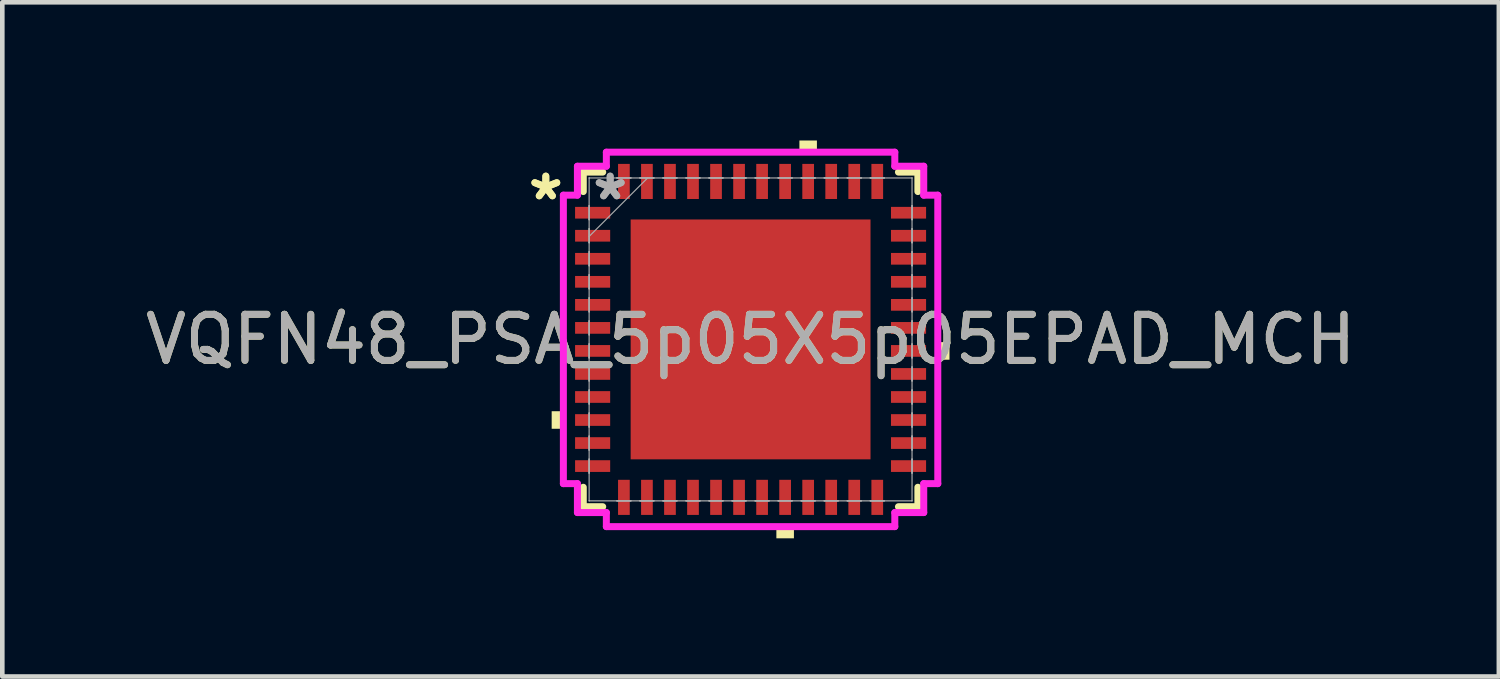
<source format=kicad_pcb>
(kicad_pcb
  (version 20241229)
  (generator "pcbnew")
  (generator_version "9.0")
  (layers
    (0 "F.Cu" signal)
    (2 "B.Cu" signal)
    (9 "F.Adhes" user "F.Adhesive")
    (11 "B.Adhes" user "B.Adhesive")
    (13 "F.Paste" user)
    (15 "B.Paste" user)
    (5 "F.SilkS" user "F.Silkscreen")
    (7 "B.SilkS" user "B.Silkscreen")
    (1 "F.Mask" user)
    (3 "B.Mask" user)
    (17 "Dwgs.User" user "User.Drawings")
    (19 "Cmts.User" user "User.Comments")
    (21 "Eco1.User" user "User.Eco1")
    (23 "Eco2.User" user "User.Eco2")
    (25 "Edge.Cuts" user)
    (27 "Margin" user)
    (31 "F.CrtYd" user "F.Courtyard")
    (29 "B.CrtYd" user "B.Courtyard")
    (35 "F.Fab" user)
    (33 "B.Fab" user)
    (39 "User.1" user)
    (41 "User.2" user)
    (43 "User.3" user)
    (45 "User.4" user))
  (footprint "VQFN48_PSA_5p05X5p05EPAD_MCH"
    (layer "F.Cu")
    (at 13.244 4.318)
    (property "Reference" "VQFN48_PSA_5p05X5p05EPAD_MCH" (at 0 0 0) (unlocked yes) (layer "F.SilkS") (effects (font (size 1 1) (thickness 0.15))))
    (attr smd)
    (fp_line (start -3.632 -3.632) (end -3.632 -3.21) (stroke (width 0.152) (type solid)) (layer "F.SilkS"))
    (fp_line (start -3.632 3.21) (end -3.632 3.632) (stroke (width 0.152) (type solid)) (layer "F.SilkS"))
    (fp_line (start -3.632 3.632) (end -3.21 3.632) (stroke (width 0.152) (type solid)) (layer "F.SilkS"))
    (fp_line (start -3.21 -3.632) (end -3.632 -3.632) (stroke (width 0.152) (type solid)) (layer "F.SilkS"))
    (fp_line (start 3.21 3.632) (end 3.632 3.632) (stroke (width 0.152) (type solid)) (layer "F.SilkS"))
    (fp_line (start 3.632 -3.632) (end 3.21 -3.632) (stroke (width 0.152) (type solid)) (layer "F.SilkS"))
    (fp_line (start 3.632 -3.21) (end 3.632 -3.632) (stroke (width 0.152) (type solid)) (layer "F.SilkS"))
    (fp_line (start 3.632 3.632) (end 3.632 3.21) (stroke (width 0.152) (type solid)) (layer "F.SilkS"))
    (fp_poly (pts (xy -4.318 1.559) (xy -4.318 1.94) (xy -4.064 1.94) (xy -4.064 1.559)) (stroke (width 0) (type solid)) (fill yes) (layer "F.SilkS"))
    (fp_poly (pts (xy 0.56 4.064) (xy 0.56 4.318) (xy 0.941 4.318) (xy 0.941 4.064)) (stroke (width 0) (type solid)) (fill yes) (layer "F.SilkS"))
    (fp_poly (pts (xy 1.06 -4.064) (xy 1.06 -4.318) (xy 1.44 -4.318) (xy 1.44 -4.064)) (stroke (width 0) (type solid)) (fill yes) (layer "F.SilkS"))
    (fp_poly (pts (xy 4.318 0.059) (xy 4.318 0.441) (xy 4.064 0.441) (xy 4.064 0.059)) (stroke (width 0) (type solid)) (fill yes) (layer "F.SilkS"))
    (fp_poly (pts (xy -2.503 -2.503) (xy -2.503 -1.402) (xy -1.402 -1.402) (xy -1.402 -2.503)) (stroke (width 0) (type solid)) (fill yes) (layer "F.Paste"))
    (fp_poly (pts (xy -2.503 -1.202) (xy -2.503 -0.1) (xy -1.402 -0.1) (xy -1.402 -1.202)) (stroke (width 0) (type solid)) (fill yes) (layer "F.Paste"))
    (fp_poly (pts (xy -2.503 0.1) (xy -2.503 1.202) (xy -1.402 1.202) (xy -1.402 0.1)) (stroke (width 0) (type solid)) (fill yes) (layer "F.Paste"))
    (fp_poly (pts (xy -2.503 1.402) (xy -2.503 2.503) (xy -1.402 2.503) (xy -1.402 1.402)) (stroke (width 0) (type solid)) (fill yes) (layer "F.Paste"))
    (fp_poly (pts (xy -1.202 -2.503) (xy -1.202 -1.402) (xy -0.1 -1.402) (xy -0.1 -2.503)) (stroke (width 0) (type solid)) (fill yes) (layer "F.Paste"))
    (fp_poly (pts (xy -1.202 -1.202) (xy -1.202 -0.1) (xy -0.1 -0.1) (xy -0.1 -1.202)) (stroke (width 0) (type solid)) (fill yes) (layer "F.Paste"))
    (fp_poly (pts (xy -1.202 0.1) (xy -1.202 1.202) (xy -0.1 1.202) (xy -0.1 0.1)) (stroke (width 0) (type solid)) (fill yes) (layer "F.Paste"))
    (fp_poly (pts (xy -1.202 1.402) (xy -1.202 2.503) (xy -0.1 2.503) (xy -0.1 1.402)) (stroke (width 0) (type solid)) (fill yes) (layer "F.Paste"))
    (fp_poly (pts (xy 0.1 -2.503) (xy 0.1 -1.402) (xy 1.202 -1.402) (xy 1.202 -2.503)) (stroke (width 0) (type solid)) (fill yes) (layer "F.Paste"))
    (fp_poly (pts (xy 0.1 -1.202) (xy 0.1 -0.1) (xy 1.202 -0.1) (xy 1.202 -1.202)) (stroke (width 0) (type solid)) (fill yes) (layer "F.Paste"))
    (fp_poly (pts (xy 0.1 0.1) (xy 0.1 1.202) (xy 1.202 1.202) (xy 1.202 0.1)) (stroke (width 0) (type solid)) (fill yes) (layer "F.Paste"))
    (fp_poly (pts (xy 0.1 1.402) (xy 0.1 2.503) (xy 1.202 2.503) (xy 1.202 1.402)) (stroke (width 0) (type solid)) (fill yes) (layer "F.Paste"))
    (fp_poly (pts (xy 1.402 -2.503) (xy 1.402 -1.402) (xy 2.503 -1.402) (xy 2.503 -2.503)) (stroke (width 0) (type solid)) (fill yes) (layer "F.Paste"))
    (fp_poly (pts (xy 1.402 -1.202) (xy 1.402 -0.1) (xy 2.503 -0.1) (xy 2.503 -1.202)) (stroke (width 0) (type solid)) (fill yes) (layer "F.Paste"))
    (fp_poly (pts (xy 1.402 0.1) (xy 1.402 1.202) (xy 2.503 1.202) (xy 2.503 0.1)) (stroke (width 0) (type solid)) (fill yes) (layer "F.Paste"))
    (fp_poly (pts (xy 1.402 1.402) (xy 1.402 2.503) (xy 2.503 2.503) (xy 2.503 1.402)) (stroke (width 0) (type solid)) (fill yes) (layer "F.Paste"))
    (fp_line (start -4.064 -3.131) (end -3.759 -3.131) (stroke (width 0.152) (type solid)) (layer "F.CrtYd"))
    (fp_line (start -4.064 3.131) (end -4.064 -3.131) (stroke (width 0.152) (type solid)) (layer "F.CrtYd"))
    (fp_line (start -3.759 -3.759) (end -3.131 -3.759) (stroke (width 0.152) (type solid)) (layer "F.CrtYd"))
    (fp_line (start -3.759 -3.131) (end -3.759 -3.759) (stroke (width 0.152) (type solid)) (layer "F.CrtYd"))
    (fp_line (start -3.759 3.131) (end -4.064 3.131) (stroke (width 0.152) (type solid)) (layer "F.CrtYd"))
    (fp_line (start -3.759 3.759) (end -3.759 3.131) (stroke (width 0.152) (type solid)) (layer "F.CrtYd"))
    (fp_line (start -3.131 -4.064) (end 3.131 -4.064) (stroke (width 0.152) (type solid)) (layer "F.CrtYd"))
    (fp_line (start -3.131 -3.759) (end -3.131 -4.064) (stroke (width 0.152) (type solid)) (layer "F.CrtYd"))
    (fp_line (start -3.131 3.759) (end -3.759 3.759) (stroke (width 0.152) (type solid)) (layer "F.CrtYd"))
    (fp_line (start -3.131 4.064) (end -3.131 3.759) (stroke (width 0.152) (type solid)) (layer "F.CrtYd"))
    (fp_line (start 3.131 -4.064) (end 3.131 -3.759) (stroke (width 0.152) (type solid)) (layer "F.CrtYd"))
    (fp_line (start 3.131 -3.759) (end 3.759 -3.759) (stroke (width 0.152) (type solid)) (layer "F.CrtYd"))
    (fp_line (start 3.131 3.759) (end 3.131 4.064) (stroke (width 0.152) (type solid)) (layer "F.CrtYd"))
    (fp_line (start 3.131 4.064) (end -3.131 4.064) (stroke (width 0.152) (type solid)) (layer "F.CrtYd"))
    (fp_line (start 3.759 -3.759) (end 3.759 -3.131) (stroke (width 0.152) (type solid)) (layer "F.CrtYd"))
    (fp_line (start 3.759 -3.131) (end 4.064 -3.131) (stroke (width 0.152) (type solid)) (layer "F.CrtYd"))
    (fp_line (start 3.759 3.131) (end 3.759 3.759) (stroke (width 0.152) (type solid)) (layer "F.CrtYd"))
    (fp_line (start 3.759 3.759) (end 3.131 3.759) (stroke (width 0.152) (type solid)) (layer "F.CrtYd"))
    (fp_line (start 4.064 -3.131) (end 4.064 3.131) (stroke (width 0.152) (type solid)) (layer "F.CrtYd"))
    (fp_line (start 4.064 3.131) (end 3.759 3.131) (stroke (width 0.152) (type solid)) (layer "F.CrtYd"))
    (fp_line (start -3.505 -3.505) (end -3.505 -3.505) (stroke (width 0.025) (type solid)) (layer "F.Fab"))
    (fp_line (start -3.505 -3.505) (end -3.505 3.505) (stroke (width 0.025) (type solid)) (layer "F.Fab"))
    (fp_line (start -3.505 -2.902) (end -3.505 -2.902) (stroke (width 0.025) (type solid)) (layer "F.Fab"))
    (fp_line (start -3.505 -2.902) (end -3.505 -2.598) (stroke (width 0.025) (type solid)) (layer "F.Fab"))
    (fp_line (start -3.505 -2.598) (end -3.505 -2.902) (stroke (width 0.025) (type solid)) (layer "F.Fab"))
    (fp_line (start -3.505 -2.598) (end -3.505 -2.598) (stroke (width 0.025) (type solid)) (layer "F.Fab"))
    (fp_line (start -3.505 -2.402) (end -3.505 -2.402) (stroke (width 0.025) (type solid)) (layer "F.Fab"))
    (fp_line (start -3.505 -2.402) (end -3.505 -2.098) (stroke (width 0.025) (type solid)) (layer "F.Fab"))
    (fp_line (start -3.505 -2.235) (end -2.235 -3.505) (stroke (width 0.025) (type solid)) (layer "F.Fab"))
    (fp_line (start -3.505 -2.098) (end -3.505 -2.402) (stroke (width 0.025) (type solid)) (layer "F.Fab"))
    (fp_line (start -3.505 -2.098) (end -3.505 -2.098) (stroke (width 0.025) (type solid)) (layer "F.Fab"))
    (fp_line (start -3.505 -1.902) (end -3.505 -1.902) (stroke (width 0.025) (type solid)) (layer "F.Fab"))
    (fp_line (start -3.505 -1.902) (end -3.505 -1.598) (stroke (width 0.025) (type solid)) (layer "F.Fab"))
    (fp_line (start -3.505 -1.598) (end -3.505 -1.902) (stroke (width 0.025) (type solid)) (layer "F.Fab"))
    (fp_line (start -3.505 -1.598) (end -3.505 -1.598) (stroke (width 0.025) (type solid)) (layer "F.Fab"))
    (fp_line (start -3.505 -1.402) (end -3.505 -1.402) (stroke (width 0.025) (type solid)) (layer "F.Fab"))
    (fp_line (start -3.505 -1.402) (end -3.505 -1.098) (stroke (width 0.025) (type solid)) (layer "F.Fab"))
    (fp_line (start -3.505 -1.098) (end -3.505 -1.402) (stroke (width 0.025) (type solid)) (layer "F.Fab"))
    (fp_line (start -3.505 -1.098) (end -3.505 -1.098) (stroke (width 0.025) (type solid)) (layer "F.Fab"))
    (fp_line (start -3.505 -0.902) (end -3.505 -0.902) (stroke (width 0.025) (type solid)) (layer "F.Fab"))
    (fp_line (start -3.505 -0.902) (end -3.505 -0.598) (stroke (width 0.025) (type solid)) (layer "F.Fab"))
    (fp_line (start -3.505 -0.598) (end -3.505 -0.902) (stroke (width 0.025) (type solid)) (layer "F.Fab"))
    (fp_line (start -3.505 -0.598) (end -3.505 -0.598) (stroke (width 0.025) (type solid)) (layer "F.Fab"))
    (fp_line (start -3.505 -0.402) (end -3.505 -0.402) (stroke (width 0.025) (type solid)) (layer "F.Fab"))
    (fp_line (start -3.505 -0.402) (end -3.505 -0.098) (stroke (width 0.025) (type solid)) (layer "F.Fab"))
    (fp_line (start -3.505 -0.098) (end -3.505 -0.402) (stroke (width 0.025) (type solid)) (layer "F.Fab"))
    (fp_line (start -3.505 -0.098) (end -3.505 -0.098) (stroke (width 0.025) (type solid)) (layer "F.Fab"))
    (fp_line (start -3.505 0.098) (end -3.505 0.098) (stroke (width 0.025) (type solid)) (layer "F.Fab"))
    (fp_line (start -3.505 0.098) (end -3.505 0.402) (stroke (width 0.025) (type solid)) (layer "F.Fab"))
    (fp_line (start -3.505 0.402) (end -3.505 0.098) (stroke (width 0.025) (type solid)) (layer "F.Fab"))
    (fp_line (start -3.505 0.402) (end -3.505 0.402) (stroke (width 0.025) (type solid)) (layer "F.Fab"))
    (fp_line (start -3.505 0.598) (end -3.505 0.598) (stroke (width 0.025) (type solid)) (layer "F.Fab"))
    (fp_line (start -3.505 0.598) (end -3.505 0.902) (stroke (width 0.025) (type solid)) (layer "F.Fab"))
    (fp_line (start -3.505 0.902) (end -3.505 0.598) (stroke (width 0.025) (type solid)) (layer "F.Fab"))
    (fp_line (start -3.505 0.902) (end -3.505 0.902) (stroke (width 0.025) (type solid)) (layer "F.Fab"))
    (fp_line (start -3.505 1.098) (end -3.505 1.098) (stroke (width 0.025) (type solid)) (layer "F.Fab"))
    (fp_line (start -3.505 1.098) (end -3.505 1.402) (stroke (width 0.025) (type solid)) (layer "F.Fab"))
    (fp_line (start -3.505 1.402) (end -3.505 1.098) (stroke (width 0.025) (type solid)) (layer "F.Fab"))
    (fp_line (start -3.505 1.402) (end -3.505 1.402) (stroke (width 0.025) (type solid)) (layer "F.Fab"))
    (fp_line (start -3.505 1.598) (end -3.505 1.598) (stroke (width 0.025) (type solid)) (layer "F.Fab"))
    (fp_line (start -3.505 1.598) (end -3.505 1.902) (stroke (width 0.025) (type solid)) (layer "F.Fab"))
    (fp_line (start -3.505 1.902) (end -3.505 1.598) (stroke (width 0.025) (type solid)) (layer "F.Fab"))
    (fp_line (start -3.505 1.902) (end -3.505 1.902) (stroke (width 0.025) (type solid)) (layer "F.Fab"))
    (fp_line (start -3.505 2.098) (end -3.505 2.098) (stroke (width 0.025) (type solid)) (layer "F.Fab"))
    (fp_line (start -3.505 2.098) (end -3.505 2.402) (stroke (width 0.025) (type solid)) (layer "F.Fab"))
    (fp_line (start -3.505 2.402) (end -3.505 2.098) (stroke (width 0.025) (type solid)) (layer "F.Fab"))
    (fp_line (start -3.505 2.402) (end -3.505 2.402) (stroke (width 0.025) (type solid)) (layer "F.Fab"))
    (fp_line (start -3.505 2.598) (end -3.505 2.598) (stroke (width 0.025) (type solid)) (layer "F.Fab"))
    (fp_line (start -3.505 2.598) (end -3.505 2.902) (stroke (width 0.025) (type solid)) (layer "F.Fab"))
    (fp_line (start -3.505 2.902) (end -3.505 2.598) (stroke (width 0.025) (type solid)) (layer "F.Fab"))
    (fp_line (start -3.505 2.902) (end -3.505 2.902) (stroke (width 0.025) (type solid)) (layer "F.Fab"))
    (fp_line (start -3.505 3.505) (end -3.505 3.505) (stroke (width 0.025) (type solid)) (layer "F.Fab"))
    (fp_line (start -3.505 3.505) (end 3.505 3.505) (stroke (width 0.025) (type solid)) (layer "F.Fab"))
    (fp_line (start -2.902 -3.505) (end -2.902 -3.505) (stroke (width 0.025) (type solid)) (layer "F.Fab"))
    (fp_line (start -2.902 -3.505) (end -2.598 -3.505) (stroke (width 0.025) (type solid)) (layer "F.Fab"))
    (fp_line (start -2.902 3.505) (end -2.902 3.505) (stroke (width 0.025) (type solid)) (layer "F.Fab"))
    (fp_line (start -2.902 3.505) (end -2.598 3.505) (stroke (width 0.025) (type solid)) (layer "F.Fab"))
    (fp_line (start -2.598 -3.505) (end -2.902 -3.505) (stroke (width 0.025) (type solid)) (layer "F.Fab"))
    (fp_line (start -2.598 -3.505) (end -2.598 -3.505) (stroke (width 0.025) (type solid)) (layer "F.Fab"))
    (fp_line (start -2.598 3.505) (end -2.902 3.505) (stroke (width 0.025) (type solid)) (layer "F.Fab"))
    (fp_line (start -2.598 3.505) (end -2.598 3.505) (stroke (width 0.025) (type solid)) (layer "F.Fab"))
    (fp_line (start -2.402 -3.505) (end -2.402 -3.505) (stroke (width 0.025) (type solid)) (layer "F.Fab"))
    (fp_line (start -2.402 -3.505) (end -2.098 -3.505) (stroke (width 0.025) (type solid)) (layer "F.Fab"))
    (fp_line (start -2.402 3.505) (end -2.402 3.505) (stroke (width 0.025) (type solid)) (layer "F.Fab"))
    (fp_line (start -2.402 3.505) (end -2.098 3.505) (stroke (width 0.025) (type solid)) (layer "F.Fab"))
    (fp_line (start -2.098 -3.505) (end -2.402 -3.505) (stroke (width 0.025) (type solid)) (layer "F.Fab"))
    (fp_line (start -2.098 -3.505) (end -2.098 -3.505) (stroke (width 0.025) (type solid)) (layer "F.Fab"))
    (fp_line (start -2.098 3.505) (end -2.402 3.505) (stroke (width 0.025) (type solid)) (layer "F.Fab"))
    (fp_line (start -2.098 3.505) (end -2.098 3.505) (stroke (width 0.025) (type solid)) (layer "F.Fab"))
    (fp_line (start -1.902 -3.505) (end -1.902 -3.505) (stroke (width 0.025) (type solid)) (layer "F.Fab"))
    (fp_line (start -1.902 -3.505) (end -1.598 -3.505) (stroke (width 0.025) (type solid)) (layer "F.Fab"))
    (fp_line (start -1.902 3.505) (end -1.902 3.505) (stroke (width 0.025) (type solid)) (layer "F.Fab"))
    (fp_line (start -1.902 3.505) (end -1.598 3.505) (stroke (width 0.025) (type solid)) (layer "F.Fab"))
    (fp_line (start -1.598 -3.505) (end -1.902 -3.505) (stroke (width 0.025) (type solid)) (layer "F.Fab"))
    (fp_line (start -1.598 -3.505) (end -1.598 -3.505) (stroke (width 0.025) (type solid)) (layer "F.Fab"))
    (fp_line (start -1.598 3.505) (end -1.902 3.505) (stroke (width 0.025) (type solid)) (layer "F.Fab"))
    (fp_line (start -1.598 3.505) (end -1.598 3.505) (stroke (width 0.025) (type solid)) (layer "F.Fab"))
    (fp_line (start -1.402 -3.505) (end -1.402 -3.505) (stroke (width 0.025) (type solid)) (layer "F.Fab"))
    (fp_line (start -1.402 -3.505) (end -1.098 -3.505) (stroke (width 0.025) (type solid)) (layer "F.Fab"))
    (fp_line (start -1.402 3.505) (end -1.402 3.505) (stroke (width 0.025) (type solid)) (layer "F.Fab"))
    (fp_line (start -1.402 3.505) (end -1.098 3.505) (stroke (width 0.025) (type solid)) (layer "F.Fab"))
    (fp_line (start -1.098 -3.505) (end -1.402 -3.505) (stroke (width 0.025) (type solid)) (layer "F.Fab"))
    (fp_line (start -1.098 -3.505) (end -1.098 -3.505) (stroke (width 0.025) (type solid)) (layer "F.Fab"))
    (fp_line (start -1.098 3.505) (end -1.402 3.505) (stroke (width 0.025) (type solid)) (layer "F.Fab"))
    (fp_line (start -1.098 3.505) (end -1.098 3.505) (stroke (width 0.025) (type solid)) (layer "F.Fab"))
    (fp_line (start -0.902 -3.505) (end -0.902 -3.505) (stroke (width 0.025) (type solid)) (layer "F.Fab"))
    (fp_line (start -0.902 -3.505) (end -0.598 -3.505) (stroke (width 0.025) (type solid)) (layer "F.Fab"))
    (fp_line (start -0.902 3.505) (end -0.902 3.505) (stroke (width 0.025) (type solid)) (layer "F.Fab"))
    (fp_line (start -0.902 3.505) (end -0.598 3.505) (stroke (width 0.025) (type solid)) (layer "F.Fab"))
    (fp_line (start -0.598 -3.505) (end -0.902 -3.505) (stroke (width 0.025) (type solid)) (layer "F.Fab"))
    (fp_line (start -0.598 -3.505) (end -0.598 -3.505) (stroke (width 0.025) (type solid)) (layer "F.Fab"))
    (fp_line (start -0.598 3.505) (end -0.902 3.505) (stroke (width 0.025) (type solid)) (layer "F.Fab"))
    (fp_line (start -0.598 3.505) (end -0.598 3.505) (stroke (width 0.025) (type solid)) (layer "F.Fab"))
    (fp_line (start -0.402 -3.505) (end -0.402 -3.505) (stroke (width 0.025) (type solid)) (layer "F.Fab"))
    (fp_line (start -0.402 -3.505) (end -0.098 -3.505) (stroke (width 0.025) (type solid)) (layer "F.Fab"))
    (fp_line (start -0.402 3.505) (end -0.402 3.505) (stroke (width 0.025) (type solid)) (layer "F.Fab"))
    (fp_line (start -0.402 3.505) (end -0.098 3.505) (stroke (width 0.025) (type solid)) (layer "F.Fab"))
    (fp_line (start -0.098 -3.505) (end -0.402 -3.505) (stroke (width 0.025) (type solid)) (layer "F.Fab"))
    (fp_line (start -0.098 -3.505) (end -0.098 -3.505) (stroke (width 0.025) (type solid)) (layer "F.Fab"))
    (fp_line (start -0.098 3.505) (end -0.402 3.505) (stroke (width 0.025) (type solid)) (layer "F.Fab"))
    (fp_line (start -0.098 3.505) (end -0.098 3.505) (stroke (width 0.025) (type solid)) (layer "F.Fab"))
    (fp_line (start 0.098 -3.505) (end 0.098 -3.505) (stroke (width 0.025) (type solid)) (layer "F.Fab"))
    (fp_line (start 0.098 -3.505) (end 0.402 -3.505) (stroke (width 0.025) (type solid)) (layer "F.Fab"))
    (fp_line (start 0.098 3.505) (end 0.098 3.505) (stroke (width 0.025) (type solid)) (layer "F.Fab"))
    (fp_line (start 0.098 3.505) (end 0.402 3.505) (stroke (width 0.025) (type solid)) (layer "F.Fab"))
    (fp_line (start 0.402 -3.505) (end 0.098 -3.505) (stroke (width 0.025) (type solid)) (layer "F.Fab"))
    (fp_line (start 0.402 -3.505) (end 0.402 -3.505) (stroke (width 0.025) (type solid)) (layer "F.Fab"))
    (fp_line (start 0.402 3.505) (end 0.098 3.505) (stroke (width 0.025) (type solid)) (layer "F.Fab"))
    (fp_line (start 0.402 3.505) (end 0.402 3.505) (stroke (width 0.025) (type solid)) (layer "F.Fab"))
    (fp_line (start 0.598 -3.505) (end 0.598 -3.505) (stroke (width 0.025) (type solid)) (layer "F.Fab"))
    (fp_line (start 0.598 -3.505) (end 0.902 -3.505) (stroke (width 0.025) (type solid)) (layer "F.Fab"))
    (fp_line (start 0.598 3.505) (end 0.598 3.505) (stroke (width 0.025) (type solid)) (layer "F.Fab"))
    (fp_line (start 0.598 3.505) (end 0.902 3.505) (stroke (width 0.025) (type solid)) (layer "F.Fab"))
    (fp_line (start 0.902 -3.505) (end 0.598 -3.505) (stroke (width 0.025) (type solid)) (layer "F.Fab"))
    (fp_line (start 0.902 -3.505) (end 0.902 -3.505) (stroke (width 0.025) (type solid)) (layer "F.Fab"))
    (fp_line (start 0.902 3.505) (end 0.598 3.505) (stroke (width 0.025) (type solid)) (layer "F.Fab"))
    (fp_line (start 0.902 3.505) (end 0.902 3.505) (stroke (width 0.025) (type solid)) (layer "F.Fab"))
    (fp_line (start 1.098 -3.505) (end 1.098 -3.505) (stroke (width 0.025) (type solid)) (layer "F.Fab"))
    (fp_line (start 1.098 -3.505) (end 1.402 -3.505) (stroke (width 0.025) (type solid)) (layer "F.Fab"))
    (fp_line (start 1.098 3.505) (end 1.098 3.505) (stroke (width 0.025) (type solid)) (layer "F.Fab"))
    (fp_line (start 1.098 3.505) (end 1.402 3.505) (stroke (width 0.025) (type solid)) (layer "F.Fab"))
    (fp_line (start 1.402 -3.505) (end 1.098 -3.505) (stroke (width 0.025) (type solid)) (layer "F.Fab"))
    (fp_line (start 1.402 -3.505) (end 1.402 -3.505) (stroke (width 0.025) (type solid)) (layer "F.Fab"))
    (fp_line (start 1.402 3.505) (end 1.098 3.505) (stroke (width 0.025) (type solid)) (layer "F.Fab"))
    (fp_line (start 1.402 3.505) (end 1.402 3.505) (stroke (width 0.025) (type solid)) (layer "F.Fab"))
    (fp_line (start 1.598 -3.505) (end 1.598 -3.505) (stroke (width 0.025) (type solid)) (layer "F.Fab"))
    (fp_line (start 1.598 -3.505) (end 1.902 -3.505) (stroke (width 0.025) (type solid)) (layer "F.Fab"))
    (fp_line (start 1.598 3.505) (end 1.598 3.505) (stroke (width 0.025) (type solid)) (layer "F.Fab"))
    (fp_line (start 1.598 3.505) (end 1.902 3.505) (stroke (width 0.025) (type solid)) (layer "F.Fab"))
    (fp_line (start 1.902 -3.505) (end 1.598 -3.505) (stroke (width 0.025) (type solid)) (layer "F.Fab"))
    (fp_line (start 1.902 -3.505) (end 1.902 -3.505) (stroke (width 0.025) (type solid)) (layer "F.Fab"))
    (fp_line (start 1.902 3.505) (end 1.598 3.505) (stroke (width 0.025) (type solid)) (layer "F.Fab"))
    (fp_line (start 1.902 3.505) (end 1.902 3.505) (stroke (width 0.025) (type solid)) (layer "F.Fab"))
    (fp_line (start 2.098 -3.505) (end 2.098 -3.505) (stroke (width 0.025) (type solid)) (layer "F.Fab"))
    (fp_line (start 2.098 -3.505) (end 2.402 -3.505) (stroke (width 0.025) (type solid)) (layer "F.Fab"))
    (fp_line (start 2.098 3.505) (end 2.098 3.505) (stroke (width 0.025) (type solid)) (layer "F.Fab"))
    (fp_line (start 2.098 3.505) (end 2.402 3.505) (stroke (width 0.025) (type solid)) (layer "F.Fab"))
    (fp_line (start 2.402 -3.505) (end 2.098 -3.505) (stroke (width 0.025) (type solid)) (layer "F.Fab"))
    (fp_line (start 2.402 -3.505) (end 2.402 -3.505) (stroke (width 0.025) (type solid)) (layer "F.Fab"))
    (fp_line (start 2.402 3.505) (end 2.098 3.505) (stroke (width 0.025) (type solid)) (layer "F.Fab"))
    (fp_line (start 2.402 3.505) (end 2.402 3.505) (stroke (width 0.025) (type solid)) (layer "F.Fab"))
    (fp_line (start 2.598 -3.505) (end 2.598 -3.505) (stroke (width 0.025) (type solid)) (layer "F.Fab"))
    (fp_line (start 2.598 -3.505) (end 2.902 -3.505) (stroke (width 0.025) (type solid)) (layer "F.Fab"))
    (fp_line (start 2.598 3.505) (end 2.598 3.505) (stroke (width 0.025) (type solid)) (layer "F.Fab"))
    (fp_line (start 2.598 3.505) (end 2.902 3.505) (stroke (width 0.025) (type solid)) (layer "F.Fab"))
    (fp_line (start 2.902 -3.505) (end 2.598 -3.505) (stroke (width 0.025) (type solid)) (layer "F.Fab"))
    (fp_line (start 2.902 -3.505) (end 2.902 -3.505) (stroke (width 0.025) (type solid)) (layer "F.Fab"))
    (fp_line (start 2.902 3.505) (end 2.598 3.505) (stroke (width 0.025) (type solid)) (layer "F.Fab"))
    (fp_line (start 2.902 3.505) (end 2.902 3.505) (stroke (width 0.025) (type solid)) (layer "F.Fab"))
    (fp_line (start 3.505 -3.505) (end -3.505 -3.505) (stroke (width 0.025) (type solid)) (layer "F.Fab"))
    (fp_line (start 3.505 -3.505) (end 3.505 -3.505) (stroke (width 0.025) (type solid)) (layer "F.Fab"))
    (fp_line (start 3.505 -2.902) (end 3.505 -2.902) (stroke (width 0.025) (type solid)) (layer "F.Fab"))
    (fp_line (start 3.505 -2.902) (end 3.505 -2.598) (stroke (width 0.025) (type solid)) (layer "F.Fab"))
    (fp_line (start 3.505 -2.598) (end 3.505 -2.902) (stroke (width 0.025) (type solid)) (layer "F.Fab"))
    (fp_line (start 3.505 -2.598) (end 3.505 -2.598) (stroke (width 0.025) (type solid)) (layer "F.Fab"))
    (fp_line (start 3.505 -2.402) (end 3.505 -2.402) (stroke (width 0.025) (type solid)) (layer "F.Fab"))
    (fp_line (start 3.505 -2.402) (end 3.505 -2.098) (stroke (width 0.025) (type solid)) (layer "F.Fab"))
    (fp_line (start 3.505 -2.098) (end 3.505 -2.402) (stroke (width 0.025) (type solid)) (layer "F.Fab"))
    (fp_line (start 3.505 -2.098) (end 3.505 -2.098) (stroke (width 0.025) (type solid)) (layer "F.Fab"))
    (fp_line (start 3.505 -1.902) (end 3.505 -1.902) (stroke (width 0.025) (type solid)) (layer "F.Fab"))
    (fp_line (start 3.505 -1.902) (end 3.505 -1.598) (stroke (width 0.025) (type solid)) (layer "F.Fab"))
    (fp_line (start 3.505 -1.598) (end 3.505 -1.902) (stroke (width 0.025) (type solid)) (layer "F.Fab"))
    (fp_line (start 3.505 -1.598) (end 3.505 -1.598) (stroke (width 0.025) (type solid)) (layer "F.Fab"))
    (fp_line (start 3.505 -1.402) (end 3.505 -1.402) (stroke (width 0.025) (type solid)) (layer "F.Fab"))
    (fp_line (start 3.505 -1.402) (end 3.505 -1.098) (stroke (width 0.025) (type solid)) (layer "F.Fab"))
    (fp_line (start 3.505 -1.098) (end 3.505 -1.402) (stroke (width 0.025) (type solid)) (layer "F.Fab"))
    (fp_line (start 3.505 -1.098) (end 3.505 -1.098) (stroke (width 0.025) (type solid)) (layer "F.Fab"))
    (fp_line (start 3.505 -0.902) (end 3.505 -0.902) (stroke (width 0.025) (type solid)) (layer "F.Fab"))
    (fp_line (start 3.505 -0.902) (end 3.505 -0.598) (stroke (width 0.025) (type solid)) (layer "F.Fab"))
    (fp_line (start 3.505 -0.598) (end 3.505 -0.902) (stroke (width 0.025) (type solid)) (layer "F.Fab"))
    (fp_line (start 3.505 -0.598) (end 3.505 -0.598) (stroke (width 0.025) (type solid)) (layer "F.Fab"))
    (fp_line (start 3.505 -0.402) (end 3.505 -0.402) (stroke (width 0.025) (type solid)) (layer "F.Fab"))
    (fp_line (start 3.505 -0.402) (end 3.505 -0.098) (stroke (width 0.025) (type solid)) (layer "F.Fab"))
    (fp_line (start 3.505 -0.098) (end 3.505 -0.402) (stroke (width 0.025) (type solid)) (layer "F.Fab"))
    (fp_line (start 3.505 -0.098) (end 3.505 -0.098) (stroke (width 0.025) (type solid)) (layer "F.Fab"))
    (fp_line (start 3.505 0.098) (end 3.505 0.098) (stroke (width 0.025) (type solid)) (layer "F.Fab"))
    (fp_line (start 3.505 0.098) (end 3.505 0.402) (stroke (width 0.025) (type solid)) (layer "F.Fab"))
    (fp_line (start 3.505 0.402) (end 3.505 0.098) (stroke (width 0.025) (type solid)) (layer "F.Fab"))
    (fp_line (start 3.505 0.402) (end 3.505 0.402) (stroke (width 0.025) (type solid)) (layer "F.Fab"))
    (fp_line (start 3.505 0.598) (end 3.505 0.598) (stroke (width 0.025) (type solid)) (layer "F.Fab"))
    (fp_line (start 3.505 0.598) (end 3.505 0.902) (stroke (width 0.025) (type solid)) (layer "F.Fab"))
    (fp_line (start 3.505 0.902) (end 3.505 0.598) (stroke (width 0.025) (type solid)) (layer "F.Fab"))
    (fp_line (start 3.505 0.902) (end 3.505 0.902) (stroke (width 0.025) (type solid)) (layer "F.Fab"))
    (fp_line (start 3.505 1.098) (end 3.505 1.098) (stroke (width 0.025) (type solid)) (layer "F.Fab"))
    (fp_line (start 3.505 1.098) (end 3.505 1.402) (stroke (width 0.025) (type solid)) (layer "F.Fab"))
    (fp_line (start 3.505 1.402) (end 3.505 1.098) (stroke (width 0.025) (type solid)) (layer "F.Fab"))
    (fp_line (start 3.505 1.402) (end 3.505 1.402) (stroke (width 0.025) (type solid)) (layer "F.Fab"))
    (fp_line (start 3.505 1.598) (end 3.505 1.598) (stroke (width 0.025) (type solid)) (layer "F.Fab"))
    (fp_line (start 3.505 1.598) (end 3.505 1.902) (stroke (width 0.025) (type solid)) (layer "F.Fab"))
    (fp_line (start 3.505 1.902) (end 3.505 1.598) (stroke (width 0.025) (type solid)) (layer "F.Fab"))
    (fp_line (start 3.505 1.902) (end 3.505 1.902) (stroke (width 0.025) (type solid)) (layer "F.Fab"))
    (fp_line (start 3.505 2.098) (end 3.505 2.098) (stroke (width 0.025) (type solid)) (layer "F.Fab"))
    (fp_line (start 3.505 2.098) (end 3.505 2.402) (stroke (width 0.025) (type solid)) (layer "F.Fab"))
    (fp_line (start 3.505 2.402) (end 3.505 2.098) (stroke (width 0.025) (type solid)) (layer "F.Fab"))
    (fp_line (start 3.505 2.402) (end 3.505 2.402) (stroke (width 0.025) (type solid)) (layer "F.Fab"))
    (fp_line (start 3.505 2.598) (end 3.505 2.598) (stroke (width 0.025) (type solid)) (layer "F.Fab"))
    (fp_line (start 3.505 2.598) (end 3.505 2.902) (stroke (width 0.025) (type solid)) (layer "F.Fab"))
    (fp_line (start 3.505 2.902) (end 3.505 2.598) (stroke (width 0.025) (type solid)) (layer "F.Fab"))
    (fp_line (start 3.505 2.902) (end 3.505 2.902) (stroke (width 0.025) (type solid)) (layer "F.Fab"))
    (fp_line (start 3.505 3.505) (end 3.505 -3.505) (stroke (width 0.025) (type solid)) (layer "F.Fab"))
    (fp_line (start 3.505 3.505) (end 3.505 3.505) (stroke (width 0.025) (type solid)) (layer "F.Fab"))
    (fp_text user "*" (at -4.445 -3 0) (layer "F.SilkS") (effects (font (size 1 1) (thickness 0.15))))
    (fp_text user "*" (at -4.445 -3 0) (unlocked yes) (layer "F.SilkS") (effects (font (size 1 1) (thickness 0.15))))
    (fp_text user "${REFERENCE}" (at 0 0 0) (unlocked yes) (layer "F.Fab") (effects (font (size 1 1) (thickness 0.15))))
    (fp_text user "*" (at -3.048 -3 0) (unlocked yes) (layer "F.Fab") (effects (font (size 1 1) (thickness 0.15))))
    (fp_text user "*" (at -3.048 -3 0) (layer "F.Fab") (effects (font (size 1 1) (thickness 0.15))))
    (pad "1" smd rect (at -3.429 -2.75 90) (size 0.254 0.762) (layers "F.Cu" "F.Mask" "F.Paste"))
    (pad "2" smd rect (at -3.429 -2.25 90) (size 0.254 0.762) (layers "F.Cu" "F.Mask" "F.Paste"))
    (pad "3" smd rect (at -3.429 -1.75 90) (size 0.254 0.762) (layers "F.Cu" "F.Mask" "F.Paste"))
    (pad "4" smd rect (at -3.429 -1.25 90) (size 0.254 0.762) (layers "F.Cu" "F.Mask" "F.Paste"))
    (pad "5" smd rect (at -3.429 -0.75 90) (size 0.254 0.762) (layers "F.Cu" "F.Mask" "F.Paste"))
    (pad "6" smd rect (at -3.429 -0.25 90) (size 0.254 0.762) (layers "F.Cu" "F.Mask" "F.Paste"))
    (pad "7" smd rect (at -3.429 0.25 90) (size 0.254 0.762) (layers "F.Cu" "F.Mask" "F.Paste"))
    (pad "8" smd rect (at -3.429 0.75 90) (size 0.254 0.762) (layers "F.Cu" "F.Mask" "F.Paste"))
    (pad "9" smd rect (at -3.429 1.25 90) (size 0.254 0.762) (layers "F.Cu" "F.Mask" "F.Paste"))
    (pad "10" smd rect (at -3.429 1.75 90) (size 0.254 0.762) (layers "F.Cu" "F.Mask" "F.Paste"))
    (pad "11" smd rect (at -3.429 2.25 90) (size 0.254 0.762) (layers "F.Cu" "F.Mask" "F.Paste"))
    (pad "12" smd rect (at -3.429 2.75 90) (size 0.254 0.762) (layers "F.Cu" "F.Mask" "F.Paste"))
    (pad "13" smd rect (at -2.75 3.429) (size 0.254 0.762) (layers "F.Cu" "F.Mask" "F.Paste"))
    (pad "14" smd rect (at -2.25 3.429) (size 0.254 0.762) (layers "F.Cu" "F.Mask" "F.Paste"))
    (pad "15" smd rect (at -1.75 3.429) (size 0.254 0.762) (layers "F.Cu" "F.Mask" "F.Paste"))
    (pad "16" smd rect (at -1.25 3.429) (size 0.254 0.762) (layers "F.Cu" "F.Mask" "F.Paste"))
    (pad "17" smd rect (at -0.75 3.429) (size 0.254 0.762) (layers "F.Cu" "F.Mask" "F.Paste"))
    (pad "18" smd rect (at -0.25 3.429) (size 0.254 0.762) (layers "F.Cu" "F.Mask" "F.Paste"))
    (pad "19" smd rect (at 0.25 3.429) (size 0.254 0.762) (layers "F.Cu" "F.Mask" "F.Paste"))
    (pad "20" smd rect (at 0.75 3.429) (size 0.254 0.762) (layers "F.Cu" "F.Mask" "F.Paste"))
    (pad "21" smd rect (at 1.25 3.429) (size 0.254 0.762) (layers "F.Cu" "F.Mask" "F.Paste"))
    (pad "22" smd rect (at 1.75 3.429) (size 0.254 0.762) (layers "F.Cu" "F.Mask" "F.Paste"))
    (pad "23" smd rect (at 2.25 3.429) (size 0.254 0.762) (layers "F.Cu" "F.Mask" "F.Paste"))
    (pad "24" smd rect (at 2.75 3.429) (size 0.254 0.762) (layers "F.Cu" "F.Mask" "F.Paste"))
    (pad "25" smd rect (at 3.429 2.75 90) (size 0.254 0.762) (layers "F.Cu" "F.Mask" "F.Paste"))
    (pad "26" smd rect (at 3.429 2.25 90) (size 0.254 0.762) (layers "F.Cu" "F.Mask" "F.Paste"))
    (pad "27" smd rect (at 3.429 1.75 90) (size 0.254 0.762) (layers "F.Cu" "F.Mask" "F.Paste"))
    (pad "28" smd rect (at 3.429 1.25 90) (size 0.254 0.762) (layers "F.Cu" "F.Mask" "F.Paste"))
    (pad "29" smd rect (at 3.429 0.75 90) (size 0.254 0.762) (layers "F.Cu" "F.Mask" "F.Paste"))
    (pad "30" smd rect (at 3.429 0.25 90) (size 0.254 0.762) (layers "F.Cu" "F.Mask" "F.Paste"))
    (pad "31" smd rect (at 3.429 -0.25 90) (size 0.254 0.762) (layers "F.Cu" "F.Mask" "F.Paste"))
    (pad "32" smd rect (at 3.429 -0.75 90) (size 0.254 0.762) (layers "F.Cu" "F.Mask" "F.Paste"))
    (pad "33" smd rect (at 3.429 -1.25 90) (size 0.254 0.762) (layers "F.Cu" "F.Mask" "F.Paste"))
    (pad "34" smd rect (at 3.429 -1.75 90) (size 0.254 0.762) (layers "F.Cu" "F.Mask" "F.Paste"))
    (pad "35" smd rect (at 3.429 -2.25 90) (size 0.254 0.762) (layers "F.Cu" "F.Mask" "F.Paste"))
    (pad "36" smd rect (at 3.429 -2.75 90) (size 0.254 0.762) (layers "F.Cu" "F.Mask" "F.Paste"))
    (pad "37" smd rect (at 2.75 -3.429) (size 0.254 0.762) (layers "F.Cu" "F.Mask" "F.Paste"))
    (pad "38" smd rect (at 2.25 -3.429) (size 0.254 0.762) (layers "F.Cu" "F.Mask" "F.Paste"))
    (pad "39" smd rect (at 1.75 -3.429) (size 0.254 0.762) (layers "F.Cu" "F.Mask" "F.Paste"))
    (pad "40" smd rect (at 1.25 -3.429) (size 0.254 0.762) (layers "F.Cu" "F.Mask" "F.Paste"))
    (pad "41" smd rect (at 0.75 -3.429) (size 0.254 0.762) (layers "F.Cu" "F.Mask" "F.Paste"))
    (pad "42" smd rect (at 0.25 -3.429) (size 0.254 0.762) (layers "F.Cu" "F.Mask" "F.Paste"))
    (pad "43" smd rect (at -0.25 -3.429) (size 0.254 0.762) (layers "F.Cu" "F.Mask" "F.Paste"))
    (pad "44" smd rect (at -0.75 -3.429) (size 0.254 0.762) (layers "F.Cu" "F.Mask" "F.Paste"))
    (pad "45" smd rect (at -1.25 -3.429) (size 0.254 0.762) (layers "F.Cu" "F.Mask" "F.Paste"))
    (pad "46" smd rect (at -1.75 -3.429) (size 0.254 0.762) (layers "F.Cu" "F.Mask" "F.Paste"))
    (pad "47" smd rect (at -2.25 -3.429) (size 0.254 0.762) (layers "F.Cu" "F.Mask" "F.Paste"))
    (pad "48" smd rect (at -2.75 -3.429) (size 0.254 0.762) (layers "F.Cu" "F.Mask" "F.Paste"))
    (pad "49" smd rect (at 0 0) (size 5.207 5.207) (layers "F.Cu" "F.Mask" "F.Paste")))
  (gr_rect
    (start -3 -3)
    (end 29.488 11.636)
    (stroke (width 0.1) (type default))
    (fill no)
    (layer "Edge.Cuts")))
</source>
